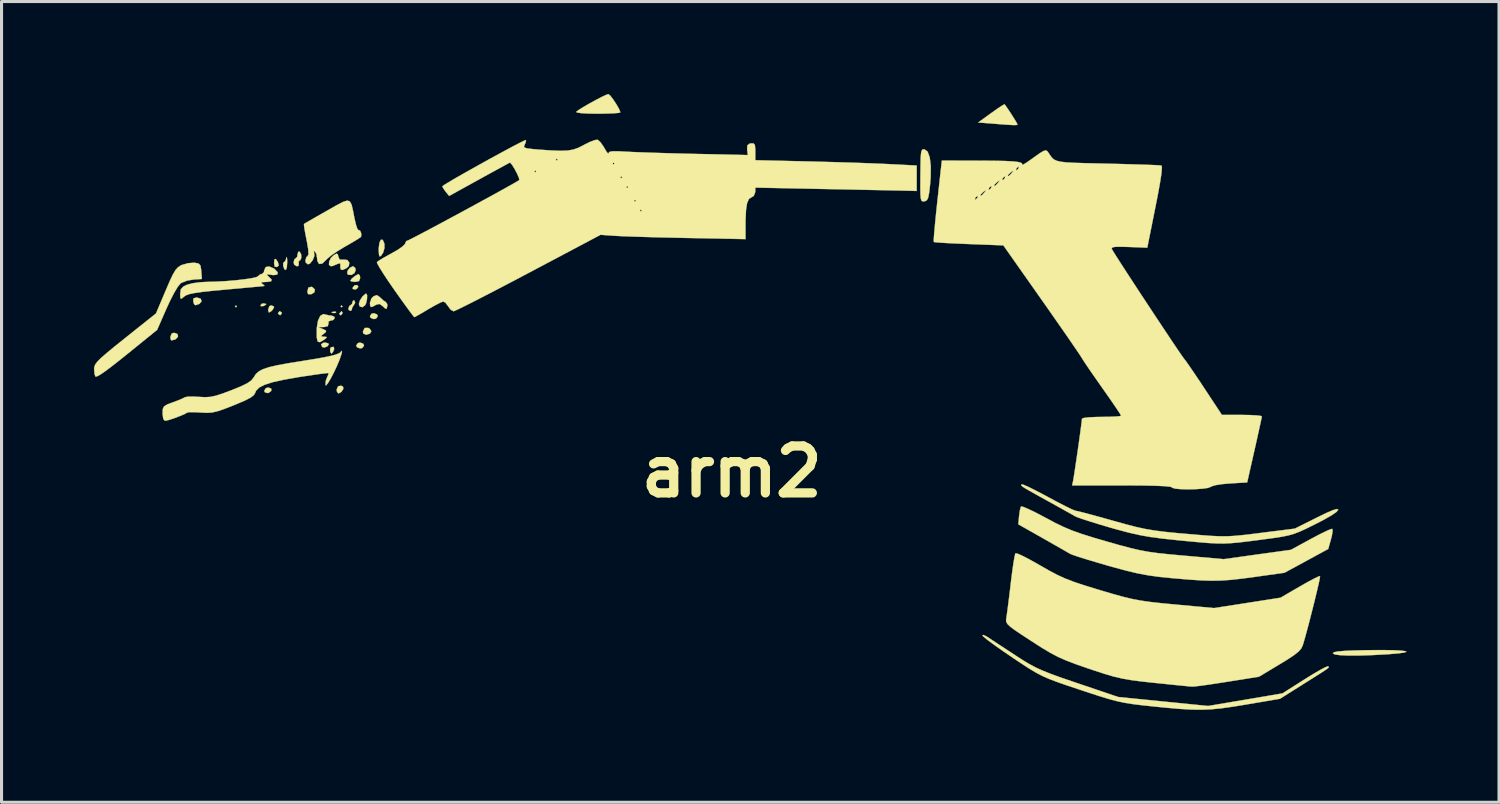
<source format=kicad_pcb>
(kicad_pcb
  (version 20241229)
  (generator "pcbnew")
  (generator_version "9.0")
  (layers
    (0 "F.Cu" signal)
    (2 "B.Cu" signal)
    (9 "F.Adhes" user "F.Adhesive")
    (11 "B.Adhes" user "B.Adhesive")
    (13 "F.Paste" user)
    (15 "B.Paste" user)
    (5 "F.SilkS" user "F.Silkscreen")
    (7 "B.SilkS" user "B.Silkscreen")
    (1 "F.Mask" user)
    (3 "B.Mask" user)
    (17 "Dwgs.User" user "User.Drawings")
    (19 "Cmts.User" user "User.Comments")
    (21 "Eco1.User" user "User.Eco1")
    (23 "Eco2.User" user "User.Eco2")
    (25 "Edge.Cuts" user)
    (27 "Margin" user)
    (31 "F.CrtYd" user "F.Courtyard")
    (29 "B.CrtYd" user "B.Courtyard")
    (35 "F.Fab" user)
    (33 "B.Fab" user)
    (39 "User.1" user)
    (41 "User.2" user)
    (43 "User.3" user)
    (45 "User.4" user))
  (footprint "arm2"
    (layer "F.Cu")
    (at 20.706 12.261)
    (property "Reference" "arm2" (at 0 0 0) (layer "F.SilkS") (effects (font (size 1.524 1.524) (thickness 0.3))))
    (attr through_hole)
    (fp_poly (pts (xy -16.066 -5.366) (xy -16.097 -5.334) (xy -16.129 -5.366) (xy -16.097 -5.397) (xy -16.066 -5.366)) (stroke (width 0.01) (type solid)) (fill yes) (layer "F.SilkS"))
    (fp_poly (pts (xy -12.636 -5.366) (xy -12.668 -5.334) (xy -12.7 -5.366) (xy -12.668 -5.397) (xy -12.636 -5.366)) (stroke (width 0.01) (type solid)) (fill yes) (layer "F.SilkS"))
    (fp_poly (pts (xy -12.844 -5.182) (xy -12.863 -5.153) (xy -12.928 -5.149) (xy -12.995 -5.164) (xy -12.966 -5.187) (xy -12.867 -5.194) (xy -12.844 -5.182)) (stroke (width 0.01) (type solid)) (fill yes) (layer "F.SilkS"))
    (fp_poly (pts (xy -14.735 -6.801) (xy -14.706 -6.695) (xy -14.765 -6.644) (xy -14.838 -6.653) (xy -14.859 -6.765) (xy -14.846 -6.896) (xy -14.803 -6.903) (xy -14.735 -6.801)) (stroke (width 0.01) (type solid)) (fill yes) (layer "F.SilkS"))
    (fp_poly (pts (xy -12.125 -6.001) (xy -12.174 -5.935) (xy -12.228 -5.915) (xy -12.306 -5.931) (xy -12.305 -5.979) (xy -12.242 -6.051) (xy -12.162 -6.057) (xy -12.125 -6.001)) (stroke (width 0.01) (type solid)) (fill yes) (layer "F.SilkS"))
    (fp_poly (pts (xy -15.124 -5.447) (xy -15.113 -5.436) (xy -15.163 -5.395) (xy -15.208 -5.375) (xy -15.29 -5.373) (xy -15.303 -5.399) (xy -15.252 -5.454) (xy -15.208 -5.461) (xy -15.124 -5.447)) (stroke (width 0.01) (type solid)) (fill yes) (layer "F.SilkS"))
    (fp_poly (pts (xy -14.951 -2.697) (xy -14.949 -2.626) (xy -15.03 -2.562) (xy -15.071 -2.551) (xy -15.161 -2.579) (xy -15.177 -2.631) (xy -15.123 -2.713) (xy -15.044 -2.731) (xy -14.951 -2.697)) (stroke (width 0.01) (type solid)) (fill yes) (layer "F.SilkS"))
    (fp_poly (pts (xy -14.607 -5.159) (xy -14.605 -5.144) (xy -14.653 -5.082) (xy -14.668 -5.08) (xy -14.73 -5.128) (xy -14.732 -5.144) (xy -14.684 -5.205) (xy -14.668 -5.207) (xy -14.607 -5.159)) (stroke (width 0.01) (type solid)) (fill yes) (layer "F.SilkS"))
    (fp_poly (pts (xy -13.615 -5.99) (xy -13.533 -5.913) (xy -13.552 -5.82) (xy -13.652 -5.76) (xy -13.755 -5.764) (xy -13.78 -5.837) (xy -13.747 -5.974) (xy -13.651 -6.001) (xy -13.615 -5.99)) (stroke (width 0.01) (type solid)) (fill yes) (layer "F.SilkS"))
    (fp_poly (pts (xy -13.105 -4.167) (xy -13.081 -4.134) (xy -13.132 -4.065) (xy -13.232 -4.03) (xy -13.297 -4.047) (xy -13.333 -4.135) (xy -13.259 -4.186) (xy -13.208 -4.191) (xy -13.105 -4.167)) (stroke (width 0.01) (type solid)) (fill yes) (layer "F.SilkS"))
    (fp_poly (pts (xy -12.908 -3.981) (xy -12.939 -3.903) (xy -12.991 -3.831) (xy -13.028 -3.873) (xy -13.037 -3.896) (xy -13.038 -4.003) (xy -13.011 -4.037) (xy -12.926 -4.053) (xy -12.908 -3.981)) (stroke (width 0.01) (type solid)) (fill yes) (layer "F.SilkS"))
    (fp_poly (pts (xy -12.637 -5.158) (xy -12.636 -5.144) (xy -12.685 -5.082) (xy -12.704 -5.08) (xy -12.742 -5.119) (xy -12.732 -5.144) (xy -12.675 -5.204) (xy -12.665 -5.207) (xy -12.637 -5.158)) (stroke (width 0.01) (type solid)) (fill yes) (layer "F.SilkS"))
    (fp_poly (pts (xy -11.962 -4.151) (xy -11.938 -4.096) (xy -11.991 -4.018) (xy -12.065 -4) (xy -12.168 -4.04) (xy -12.192 -4.096) (xy -12.139 -4.173) (xy -12.065 -4.191) (xy -11.962 -4.151)) (stroke (width 0.01) (type solid)) (fill yes) (layer "F.SilkS"))
    (fp_poly (pts (xy -11.517 -5.104) (xy -11.493 -5.048) (xy -11.546 -4.971) (xy -11.62 -4.953) (xy -11.724 -4.993) (xy -11.748 -5.048) (xy -11.695 -5.126) (xy -11.62 -5.144) (xy -11.517 -5.104)) (stroke (width 0.01) (type solid)) (fill yes) (layer "F.SilkS"))
    (fp_poly (pts (xy -17.994 -4.468) (xy -17.978 -4.381) (xy -18.054 -4.3) (xy -18.071 -4.293) (xy -18.184 -4.26) (xy -18.221 -4.301) (xy -18.224 -4.381) (xy -18.18 -4.488) (xy -18.098 -4.508) (xy -17.994 -4.468)) (stroke (width 0.01) (type solid)) (fill yes) (layer "F.SilkS"))
    (fp_poly (pts (xy -14.87 -5.367) (xy -14.859 -5.342) (xy -14.902 -5.259) (xy -14.954 -5.207) (xy -15.027 -5.166) (xy -15.049 -5.232) (xy -15.05 -5.263) (xy -15.012 -5.372) (xy -14.954 -5.397) (xy -14.87 -5.367)) (stroke (width 0.01) (type solid)) (fill yes) (layer "F.SilkS"))
    (fp_poly (pts (xy -12.616 -2.752) (xy -12.615 -2.679) (xy -12.677 -2.59) (xy -12.762 -2.541) (xy -12.771 -2.54) (xy -12.817 -2.593) (xy -12.827 -2.667) (xy -12.781 -2.772) (xy -12.68 -2.791) (xy -12.616 -2.752)) (stroke (width 0.01) (type solid)) (fill yes) (layer "F.SilkS"))
    (fp_poly (pts (xy -11.755 -4.642) (xy -11.702 -4.56) (xy -11.747 -4.482) (xy -11.867 -4.445) (xy -11.873 -4.445) (xy -11.966 -4.488) (xy -11.974 -4.553) (xy -11.917 -4.666) (xy -11.804 -4.667) (xy -11.755 -4.642)) (stroke (width 0.01) (type solid)) (fill yes) (layer "F.SilkS"))
    (fp_poly (pts (xy -17.241 -5.614) (xy -17.211 -5.531) (xy -17.282 -5.448) (xy -17.309 -5.436) (xy -17.414 -5.403) (xy -17.458 -5.443) (xy -17.481 -5.524) (xy -17.481 -5.621) (xy -17.389 -5.651) (xy -17.361 -5.652) (xy -17.241 -5.614)) (stroke (width 0.01) (type solid)) (fill yes) (layer "F.SilkS"))
    (fp_poly (pts (xy -12.228 -6.614) (xy -12.21 -6.547) (xy -12.249 -6.447) (xy -12.347 -6.386) (xy -12.449 -6.391) (xy -12.483 -6.422) (xy -12.478 -6.515) (xy -12.404 -6.614) (xy -12.303 -6.667) (xy -12.293 -6.668) (xy -12.228 -6.614)) (stroke (width 0.01) (type solid)) (fill yes) (layer "F.SilkS"))
    (fp_poly (pts (xy -12.074 -6.36) (xy -12.065 -6.287) (xy -12.102 -6.187) (xy -12.224 -6.16) (xy -12.343 -6.173) (xy -12.383 -6.2) (xy -12.336 -6.268) (xy -12.234 -6.351) (xy -12.134 -6.407) (xy -12.113 -6.411) (xy -12.074 -6.36)) (stroke (width 0.01) (type solid)) (fill yes) (layer "F.SilkS"))
    (fp_poly (pts (xy -14.435 -6.891) (xy -14.433 -6.81) (xy -14.444 -6.631) (xy -14.478 -6.547) (xy -14.523 -6.569) (xy -14.56 -6.668) (xy -14.565 -6.769) (xy -14.54 -6.795) (xy -14.489 -6.848) (xy -14.461 -6.937) (xy -14.446 -6.97) (xy -14.435 -6.891)) (stroke (width 0.01) (type solid)) (fill yes) (layer "F.SilkS"))
    (fp_poly (pts (xy -11.839 -5.727) (xy -11.842 -5.607) (xy -11.871 -5.474) (xy -11.9 -5.407) (xy -11.989 -5.339) (xy -12.076 -5.36) (xy -12.107 -5.441) (xy -12.071 -5.56) (xy -11.988 -5.687) (xy -11.896 -5.77) (xy -11.866 -5.779) (xy -11.839 -5.727)) (stroke (width 0.01) (type solid)) (fill yes) (layer "F.SilkS"))
    (fp_poly (pts (xy -11.332 -7.524) (xy -11.279 -7.405) (xy -11.278 -7.401) (xy -11.276 -7.259) (xy -11.32 -7.109) (xy -11.389 -7.005) (xy -11.433 -6.985) (xy -11.453 -7.041) (xy -11.463 -7.183) (xy -11.462 -7.251) (xy -11.439 -7.434) (xy -11.391 -7.529) (xy -11.332 -7.524)) (stroke (width 0.01) (type solid)) (fill yes) (layer "F.SilkS"))
    (fp_poly (pts (xy -12.252 -5.554) (xy -12.227 -5.48) (xy -12.268 -5.414) (xy -12.327 -5.317) (xy -12.33 -5.278) (xy -12.357 -5.228) (xy -12.378 -5.219) (xy -12.437 -5.249) (xy -12.446 -5.297) (xy -12.413 -5.385) (xy -12.383 -5.397) (xy -12.327 -5.449) (xy -12.319 -5.496) (xy -12.287 -5.561) (xy -12.252 -5.554)) (stroke (width 0.01) (type solid)) (fill yes) (layer "F.SilkS"))
    (fp_poly (pts (xy -13.983 -7.063) (xy -13.973 -6.95) (xy -14.005 -6.868) (xy -14.032 -6.858) (xy -14.066 -6.811) (xy -14.056 -6.763) (xy -14.067 -6.681) (xy -14.122 -6.668) (xy -14.207 -6.72) (xy -14.224 -6.795) (xy -14.197 -6.898) (xy -14.161 -6.921) (xy -14.109 -6.975) (xy -14.097 -7.052) (xy -14.073 -7.14) (xy -14.034 -7.144) (xy -13.983 -7.063)) (stroke (width 0.01) (type solid)) (fill yes) (layer "F.SilkS"))
    (fp_poly (pts (xy 8.948 -11.794) (xy 9.059 -11.627) (xy 9.164 -11.462) (xy 9.243 -11.332) (xy 9.271 -11.276) (xy 9.263 -11.26) (xy 9.224 -11.251) (xy 9.134 -11.251) (xy 8.973 -11.26) (xy 8.722 -11.278) (xy 8.46 -11.299) (xy 7.997 -11.335) (xy 8.419 -11.64) (xy 8.614 -11.778) (xy 8.765 -11.878) (xy 8.847 -11.925) (xy 8.855 -11.926) (xy 8.948 -11.794)) (stroke (width 0.01) (type solid)) (fill yes) (layer "F.SilkS"))
    (fp_poly (pts (xy -11.424 -5.664) (xy -11.415 -5.654) (xy -11.306 -5.553) (xy -11.239 -5.514) (xy -11.185 -5.44) (xy -11.185 -5.368) (xy -11.208 -5.287) (xy -11.254 -5.298) (xy -11.325 -5.366) (xy -11.434 -5.444) (xy -11.538 -5.423) (xy -11.563 -5.409) (xy -11.686 -5.344) (xy -11.737 -5.367) (xy -11.748 -5.477) (xy -11.699 -5.624) (xy -11.63 -5.694) (xy -11.52 -5.731) (xy -11.424 -5.664)) (stroke (width 0.01) (type solid)) (fill yes) (layer "F.SilkS"))
    (fp_poly (pts (xy -3.946 -12.206) (xy -3.852 -12.084) (xy -3.749 -11.928) (xy -3.663 -11.778) (xy -3.621 -11.674) (xy -3.619 -11.663) (xy -3.679 -11.646) (xy -3.84 -11.633) (xy -4.078 -11.624) (xy -4.353 -11.62) (xy -4.655 -11.625) (xy -4.884 -11.638) (xy -5.022 -11.658) (xy -5.052 -11.678) (xy -4.98 -11.736) (xy -4.828 -11.832) (xy -4.628 -11.948) (xy -4.412 -12.066) (xy -4.214 -12.169) (xy -4.066 -12.237) (xy -4.006 -12.255) (xy -3.946 -12.206)) (stroke (width 0.01) (type solid)) (fill yes) (layer "F.SilkS"))
    (fp_poly (pts (xy 21.478 5.796) (xy 21.719 5.809) (xy 21.861 5.826) (xy 21.899 5.848) (xy 21.827 5.872) (xy 21.64 5.898) (xy 21.332 5.924) (xy 21.288 5.927) (xy 20.801 5.954) (xy 20.372 5.968) (xy 20.016 5.969) (xy 19.744 5.957) (xy 19.571 5.932) (xy 19.509 5.895) (xy 19.51 5.89) (xy 19.557 5.859) (xy 19.68 5.835) (xy 19.894 5.817) (xy 20.208 5.804) (xy 20.636 5.794) (xy 20.722 5.793) (xy 21.144 5.791) (xy 21.478 5.796)) (stroke (width 0.01) (type solid)) (fill yes) (layer "F.SilkS"))
    (fp_poly (pts (xy -12.791 -7.057) (xy -12.774 -6.981) (xy -12.731 -6.884) (xy -12.623 -6.88) (xy -12.607 -6.884) (xy -12.481 -6.871) (xy -12.417 -6.786) (xy -12.433 -6.677) (xy -12.511 -6.603) (xy -12.639 -6.547) (xy -12.695 -6.567) (xy -12.708 -6.62) (xy -12.709 -6.733) (xy -12.707 -6.75) (xy -12.746 -6.764) (xy -12.822 -6.734) (xy -12.951 -6.68) (xy -13.013 -6.668) (xy -13.076 -6.712) (xy -13.073 -6.816) (xy -13.015 -6.937) (xy -12.938 -7.015) (xy -12.834 -7.079) (xy -12.791 -7.057)) (stroke (width 0.01) (type solid)) (fill yes) (layer "F.SilkS"))
    (fp_poly (pts (xy 6.254 -10.464) (xy 6.356 -10.388) (xy 6.424 -10.202) (xy 6.458 -9.921) (xy 6.455 -9.558) (xy 6.436 -9.32) (xy 6.406 -9.06) (xy 6.375 -8.9) (xy 6.335 -8.816) (xy 6.276 -8.781) (xy 6.248 -8.776) (xy 6.195 -8.773) (xy 6.158 -8.795) (xy 6.135 -8.863) (xy 6.123 -8.994) (xy 6.119 -9.209) (xy 6.12 -9.527) (xy 6.121 -9.619) (xy 6.125 -9.964) (xy 6.131 -10.202) (xy 6.144 -10.352) (xy 6.166 -10.432) (xy 6.2 -10.463) (xy 6.249 -10.464) (xy 6.254 -10.464)) (stroke (width 0.01) (type solid)) (fill yes) (layer "F.SilkS"))
    (fp_poly (pts (xy -13.212 -5.105) (xy -13.059 -5.07) (xy -13.002 -5.068) (xy -12.908 -5.032) (xy -12.89 -4.988) (xy -12.942 -4.921) (xy -13.002 -4.912) (xy -13.088 -4.879) (xy -13.094 -4.81) (xy -13.114 -4.726) (xy -13.229 -4.696) (xy -13.253 -4.695) (xy -13.43 -4.691) (xy -13.277 -4.63) (xy -13.172 -4.58) (xy -13.178 -4.533) (xy -13.246 -4.477) (xy -13.329 -4.408) (xy -13.308 -4.385) (xy -13.24 -4.381) (xy -13.152 -4.373) (xy -13.167 -4.338) (xy -13.236 -4.284) (xy -13.371 -4.203) (xy -13.444 -4.224) (xy -13.473 -4.356) (xy -13.474 -4.366) (xy -13.473 -4.663) (xy -13.433 -4.9) (xy -13.36 -5.057) (xy -13.261 -5.116) (xy -13.212 -5.105)) (stroke (width 0.01) (type solid)) (fill yes) (layer "F.SilkS"))
    (fp_poly (pts (xy -17.44 -6.782) (xy -17.31 -6.757) (xy -17.249 -6.691) (xy -17.224 -6.543) (xy -17.222 -6.509) (xy -17.203 -6.255) (xy -17.476 -6.237) (xy -17.685 -6.201) (xy -17.864 -6.131) (xy -17.896 -6.11) (xy -17.981 -6.008) (xy -18.099 -5.813) (xy -18.233 -5.553) (xy -18.349 -5.302) (xy -18.655 -4.604) (xy -19.377 -4.019) (xy -19.775 -3.698) (xy -20.086 -3.452) (xy -20.32 -3.275) (xy -20.486 -3.16) (xy -20.593 -3.099) (xy -20.65 -3.087) (xy -20.661 -3.092) (xy -20.689 -3.179) (xy -20.701 -3.33) (xy -20.701 -3.333) (xy -20.693 -3.407) (xy -20.662 -3.483) (xy -20.595 -3.573) (xy -20.479 -3.689) (xy -20.3 -3.845) (xy -20.048 -4.053) (xy -19.708 -4.325) (xy -19.697 -4.335) (xy -18.692 -5.136) (xy -18.379 -5.877) (xy -18.244 -6.19) (xy -18.141 -6.407) (xy -18.056 -6.549) (xy -17.976 -6.637) (xy -17.888 -6.694) (xy -17.853 -6.71) (xy -17.647 -6.768) (xy -17.445 -6.783) (xy -17.44 -6.782)) (stroke (width 0.01) (type solid)) (fill yes) (layer "F.SilkS"))
    (fp_poly (pts (xy -12.398 -8.771) (xy -12.342 -8.665) (xy -12.298 -8.476) (xy -12.253 -8.242) (xy -12.206 -8.035) (xy -12.16 -7.892) (xy -12.125 -7.844) (xy -12.124 -7.845) (xy -12.069 -7.826) (xy -12.031 -7.74) (xy -12.03 -7.645) (xy -12.047 -7.614) (xy -12.122 -7.563) (xy -12.279 -7.467) (xy -12.489 -7.345) (xy -12.571 -7.298) (xy -12.805 -7.156) (xy -13.007 -7.017) (xy -13.142 -6.904) (xy -13.163 -6.881) (xy -13.296 -6.755) (xy -13.398 -6.742) (xy -13.455 -6.839) (xy -13.462 -6.918) (xy -13.485 -7.067) (xy -13.535 -7.15) (xy -13.578 -7.158) (xy -13.56 -7.116) (xy -13.551 -7.003) (xy -13.605 -6.865) (xy -13.694 -6.757) (xy -13.758 -6.731) (xy -13.828 -6.784) (xy -13.843 -6.853) (xy -13.811 -6.965) (xy -13.772 -6.998) (xy -13.742 -7.056) (xy -13.749 -7.205) (xy -13.792 -7.461) (xy -13.804 -7.521) (xy -13.85 -7.756) (xy -13.881 -7.936) (xy -13.89 -8.032) (xy -13.889 -8.04) (xy -13.829 -8.077) (xy -13.68 -8.163) (xy -13.463 -8.288) (xy -13.199 -8.438) (xy -13.142 -8.47) (xy -12.837 -8.644) (xy -12.625 -8.755) (xy -12.485 -8.8) (xy -12.398 -8.771)) (stroke (width 0.01) (type solid)) (fill yes) (layer "F.SilkS"))
    (fp_poly (pts (xy -14.866 -6.596) (xy -14.843 -6.579) (xy -14.74 -6.469) (xy -14.755 -6.398) (xy -14.879 -6.38) (xy -14.938 -6.388) (xy -15.07 -6.406) (xy -15.094 -6.388) (xy -15.034 -6.332) (xy -14.937 -6.233) (xy -14.955 -6.179) (xy -15.09 -6.159) (xy -15.129 -6.159) (xy -15.257 -6.15) (xy -15.271 -6.12) (xy -15.24 -6.096) (xy -15.175 -6.042) (xy -15.177 -6.028) (xy -15.247 -6.02) (xy -15.423 -6.003) (xy -15.687 -5.979) (xy -16.017 -5.948) (xy -16.394 -5.915) (xy -16.428 -5.911) (xy -16.871 -5.87) (xy -17.203 -5.834) (xy -17.443 -5.799) (xy -17.608 -5.765) (xy -17.715 -5.726) (xy -17.778 -5.685) (xy -17.867 -5.613) (xy -17.901 -5.631) (xy -17.907 -5.759) (xy -17.907 -5.772) (xy -17.887 -5.919) (xy -17.804 -6.01) (xy -17.687 -6.067) (xy -17.506 -6.116) (xy -17.257 -6.15) (xy -17.036 -6.161) (xy -16.72 -6.169) (xy -16.389 -6.188) (xy -16.068 -6.216) (xy -15.782 -6.25) (xy -15.555 -6.286) (xy -15.414 -6.323) (xy -15.379 -6.346) (xy -15.305 -6.408) (xy -15.266 -6.413) (xy -15.194 -6.466) (xy -15.177 -6.54) (xy -15.132 -6.642) (xy -15.018 -6.661) (xy -14.866 -6.596)) (stroke (width 0.01) (type solid)) (fill yes) (layer "F.SilkS"))
    (fp_poly (pts (xy 9.457 1.142) (xy 9.614 1.207) (xy 9.839 1.315) (xy 10.109 1.456) (xy 10.193 1.501) (xy 10.494 1.661) (xy 10.766 1.793) (xy 11.041 1.908) (xy 11.348 2.018) (xy 11.718 2.135) (xy 12.16 2.264) (xy 12.589 2.386) (xy 12.936 2.478) (xy 13.236 2.548) (xy 13.523 2.601) (xy 13.833 2.644) (xy 14.2 2.683) (xy 14.659 2.725) (xy 14.666 2.725) (xy 15.965 2.84) (xy 17.057 2.688) (xy 18.149 2.537) (xy 18.795 2.185) (xy 19.053 2.048) (xy 19.272 1.94) (xy 19.426 1.872) (xy 19.49 1.854) (xy 19.502 1.92) (xy 19.48 2.069) (xy 19.449 2.191) (xy 19.36 2.509) (xy 18.649 2.895) (xy 17.939 3.281) (xy 16.954 3.419) (xy 16.541 3.474) (xy 16.195 3.512) (xy 15.885 3.534) (xy 15.58 3.54) (xy 15.25 3.53) (xy 14.862 3.505) (xy 14.387 3.465) (xy 14.263 3.454) (xy 13.861 3.413) (xy 13.51 3.364) (xy 13.169 3.3) (xy 12.801 3.213) (xy 12.364 3.095) (xy 12.199 3.048) (xy 11.836 2.942) (xy 11.512 2.845) (xy 11.247 2.762) (xy 11.064 2.7) (xy 10.986 2.668) (xy 10.898 2.617) (xy 10.722 2.516) (xy 10.482 2.379) (xy 10.199 2.218) (xy 10.095 2.159) (xy 9.3 1.709) (xy 9.324 1.442) (xy 9.348 1.266) (xy 9.379 1.147) (xy 9.389 1.129) (xy 9.457 1.142)) (stroke (width 0.01) (type solid)) (fill yes) (layer "F.SilkS"))
    (fp_poly (pts (xy 8.262 5.344) (xy 8.293 5.364) (xy 8.415 5.444) (xy 8.617 5.577) (xy 8.871 5.744) (xy 9.152 5.928) (xy 9.19 5.953) (xy 9.438 6.114) (xy 9.655 6.244) (xy 9.864 6.356) (xy 10.091 6.459) (xy 10.36 6.566) (xy 10.696 6.688) (xy 11.123 6.834) (xy 11.222 6.868) (xy 12.541 7.314) (xy 14.001 7.46) (xy 15.461 7.606) (xy 16.668 7.402) (xy 17.875 7.197) (xy 18.597 6.739) (xy 18.864 6.573) (xy 19.093 6.44) (xy 19.261 6.351) (xy 19.35 6.317) (xy 19.357 6.319) (xy 19.374 6.334) (xy 19.377 6.35) (xy 19.351 6.378) (xy 19.284 6.428) (xy 19.159 6.511) (xy 18.962 6.636) (xy 18.679 6.814) (xy 18.529 6.909) (xy 17.793 7.372) (xy 16.691 7.559) (xy 16.255 7.63) (xy 15.889 7.682) (xy 15.564 7.714) (xy 15.251 7.727) (xy 14.922 7.723) (xy 14.547 7.701) (xy 14.097 7.662) (xy 13.676 7.62) (xy 13.301 7.58) (xy 12.997 7.542) (xy 12.735 7.499) (xy 12.483 7.445) (xy 12.213 7.372) (xy 11.894 7.274) (xy 11.496 7.144) (xy 11.315 7.084) (xy 10.889 6.942) (xy 10.558 6.826) (xy 10.294 6.726) (xy 10.071 6.627) (xy 9.862 6.517) (xy 9.641 6.384) (xy 9.381 6.215) (xy 9.101 6.027) (xy 8.796 5.819) (xy 8.529 5.631) (xy 8.318 5.476) (xy 8.181 5.367) (xy 8.134 5.319) (xy 8.161 5.299) (xy 8.262 5.344)) (stroke (width 0.01) (type solid)) (fill yes) (layer "F.SilkS"))
    (fp_poly (pts (xy -12.656 -3.879) (xy -12.674 -3.81) (xy -12.734 -3.634) (xy -12.821 -3.427) (xy -12.921 -3.214) (xy -13.022 -3.021) (xy -13.11 -2.875) (xy -13.17 -2.801) (xy -13.19 -2.807) (xy -13.182 -2.946) (xy -13.143 -3.05) (xy -13.095 -3.159) (xy -13.092 -3.202) (xy -13.158 -3.198) (xy -13.328 -3.178) (xy -13.578 -3.143) (xy -13.885 -3.097) (xy -14.028 -3.075) (xy -14.518 -2.99) (xy -14.893 -2.908) (xy -15.164 -2.822) (xy -15.344 -2.73) (xy -15.444 -2.627) (xy -15.469 -2.566) (xy -15.512 -2.49) (xy -15.613 -2.41) (xy -15.791 -2.316) (xy -16.066 -2.198) (xy -16.17 -2.155) (xy -16.472 -2.037) (xy -16.693 -1.962) (xy -16.868 -1.922) (xy -17.031 -1.91) (xy -17.217 -1.919) (xy -17.241 -1.921) (xy -17.456 -1.932) (xy -17.617 -1.93) (xy -17.685 -1.916) (xy -17.77 -1.867) (xy -17.931 -1.8) (xy -18.12 -1.729) (xy -18.291 -1.674) (xy -18.398 -1.651) (xy -18.399 -1.651) (xy -18.456 -1.71) (xy -18.478 -1.873) (xy -18.479 -1.892) (xy -18.472 -2.033) (xy -18.431 -2.119) (xy -18.328 -2.182) (xy -18.145 -2.251) (xy -17.951 -2.323) (xy -17.807 -2.386) (xy -17.759 -2.414) (xy -17.673 -2.434) (xy -17.499 -2.438) (xy -17.297 -2.428) (xy -17.098 -2.418) (xy -16.926 -2.428) (xy -16.745 -2.467) (xy -16.517 -2.541) (xy -16.249 -2.642) (xy -15.94 -2.767) (xy -15.732 -2.869) (xy -15.601 -2.96) (xy -15.525 -3.052) (xy -15.519 -3.063) (xy -15.45 -3.169) (xy -15.354 -3.255) (xy -15.215 -3.329) (xy -15.016 -3.394) (xy -14.739 -3.458) (xy -14.368 -3.525) (xy -13.935 -3.594) (xy -13.465 -3.67) (xy -13.115 -3.736) (xy -12.876 -3.794) (xy -12.742 -3.846) (xy -12.713 -3.869) (xy -12.658 -3.925) (xy -12.656 -3.879)) (stroke (width 0.01) (type solid)) (fill yes) (layer "F.SilkS"))
    (fp_poly (pts (xy 9.475 0.427) (xy 9.63 0.496) (xy 9.855 0.608) (xy 10.13 0.751) (xy 10.263 0.823) (xy 10.558 0.981) (xy 10.816 1.114) (xy 11.017 1.213) (xy 11.138 1.264) (xy 11.159 1.269) (xy 11.243 1.286) (xy 11.428 1.333) (xy 11.693 1.403) (xy 12.018 1.492) (xy 12.366 1.59) (xy 12.779 1.705) (xy 13.118 1.793) (xy 13.419 1.859) (xy 13.716 1.909) (xy 14.047 1.952) (xy 14.444 1.992) (xy 14.764 2.02) (xy 15.198 2.057) (xy 15.537 2.083) (xy 15.811 2.096) (xy 16.051 2.098) (xy 16.289 2.086) (xy 16.555 2.062) (xy 16.88 2.024) (xy 17.154 1.99) (xy 18.275 1.849) (xy 18.98 1.496) (xy 19.295 1.342) (xy 19.51 1.25) (xy 19.636 1.213) (xy 19.684 1.229) (xy 19.685 1.237) (xy 19.629 1.306) (xy 19.469 1.416) (xy 19.218 1.56) (xy 18.939 1.704) (xy 18.661 1.841) (xy 18.442 1.943) (xy 18.251 2.016) (xy 18.058 2.071) (xy 17.831 2.116) (xy 17.54 2.16) (xy 17.154 2.211) (xy 17.143 2.213) (xy 16.763 2.262) (xy 16.459 2.298) (xy 16.202 2.321) (xy 15.968 2.332) (xy 15.728 2.329) (xy 15.457 2.315) (xy 15.127 2.287) (xy 14.711 2.248) (xy 14.446 2.222) (xy 13.97 2.171) (xy 13.578 2.119) (xy 13.227 2.056) (xy 12.874 1.976) (xy 12.477 1.87) (xy 12.287 1.816) (xy 11.938 1.713) (xy 11.625 1.616) (xy 11.371 1.534) (xy 11.201 1.473) (xy 11.144 1.447) (xy 11.044 1.39) (xy 10.857 1.285) (xy 10.607 1.146) (xy 10.318 0.985) (xy 10.223 0.933) (xy 9.898 0.753) (xy 9.668 0.624) (xy 9.518 0.537) (xy 9.433 0.482) (xy 9.397 0.449) (xy 9.395 0.428) (xy 9.411 0.411) (xy 9.475 0.427)) (stroke (width 0.01) (type solid)) (fill yes) (layer "F.SilkS"))
    (fp_poly (pts (xy 9.274 2.661) (xy 9.429 2.729) (xy 9.651 2.843) (xy 9.918 2.992) (xy 10.013 3.047) (xy 10.307 3.215) (xy 10.562 3.35) (xy 10.811 3.464) (xy 11.082 3.569) (xy 11.407 3.679) (xy 11.816 3.805) (xy 11.945 3.844) (xy 12.363 3.968) (xy 12.702 4.061) (xy 12.995 4.132) (xy 13.277 4.185) (xy 13.584 4.229) (xy 13.949 4.27) (xy 14.383 4.311) (xy 15.653 4.428) (xy 16.732 4.26) (xy 17.812 4.091) (xy 18.439 3.726) (xy 18.69 3.584) (xy 18.898 3.473) (xy 19.04 3.404) (xy 19.095 3.389) (xy 19.087 3.455) (xy 19.053 3.62) (xy 18.997 3.861) (xy 18.926 4.156) (xy 18.845 4.48) (xy 18.761 4.811) (xy 18.678 5.125) (xy 18.603 5.4) (xy 18.541 5.611) (xy 18.534 5.634) (xy 18.487 5.735) (xy 18.402 5.835) (xy 18.257 5.951) (xy 18.035 6.098) (xy 17.791 6.247) (xy 17.113 6.655) (xy 16.083 6.82) (xy 15.729 6.875) (xy 15.414 6.922) (xy 15.16 6.956) (xy 14.992 6.975) (xy 14.94 6.977) (xy 14.842 6.969) (xy 14.641 6.949) (xy 14.359 6.921) (xy 14.02 6.886) (xy 13.716 6.855) (xy 13.291 6.809) (xy 12.955 6.765) (xy 12.67 6.715) (xy 12.398 6.651) (xy 12.103 6.565) (xy 11.745 6.448) (xy 11.589 6.396) (xy 11.185 6.256) (xy 10.867 6.135) (xy 10.598 6.017) (xy 10.341 5.882) (xy 10.06 5.714) (xy 9.725 5.499) (xy 9.408 5.292) (xy 9.182 5.14) (xy 9.034 5.029) (xy 8.948 4.946) (xy 8.909 4.878) (xy 8.903 4.809) (xy 8.912 4.744) (xy 8.932 4.608) (xy 8.963 4.375) (xy 9.001 4.074) (xy 9.042 3.735) (xy 9.055 3.619) (xy 9.096 3.29) (xy 9.136 3.005) (xy 9.172 2.79) (xy 9.199 2.667) (xy 9.206 2.649) (xy 9.274 2.661)) (stroke (width 0.01) (type solid)) (fill yes) (layer "F.SilkS"))
    (fp_poly (pts (xy -4.267 -10.698) (xy -4.165 -10.553) (xy -4.133 -10.497) (xy -4.057 -10.37) (xy -4.01 -10.325) (xy -4.003 -10.339) (xy -3.975 -10.38) (xy -3.878 -10.4) (xy -3.694 -10.401) (xy -3.445 -10.388) (xy -3.227 -10.377) (xy -2.907 -10.365) (xy -2.509 -10.351) (xy -2.056 -10.337) (xy -1.574 -10.324) (xy -1.185 -10.315) (xy 0.518 -10.277) (xy 0.497 -10.456) (xy 0.502 -10.591) (xy 0.575 -10.648) (xy 0.619 -10.657) (xy 0.707 -10.656) (xy 0.749 -10.602) (xy 0.762 -10.462) (xy 0.762 -10.394) (xy 0.762 -10.111) (xy 2.461 -10.071) (xy 2.976 -10.058) (xy 3.507 -10.043) (xy 4.022 -10.027) (xy 4.491 -10.01) (xy 4.884 -9.994) (xy 5.08 -9.985) (xy 6.001 -9.938) (xy 6.001 -9.112) (xy 5.81 -9.118) (xy 5.705 -9.12) (xy 5.488 -9.125) (xy 5.175 -9.132) (xy 4.78 -9.14) (xy 4.319 -9.149) (xy 3.808 -9.16) (xy 3.26 -9.171) (xy 3.191 -9.172) (xy 0.762 -9.221) (xy 0.762 -9.081) (xy 0.712 -8.951) (xy 0.642 -8.91) (xy 0.555 -8.852) (xy 0.496 -8.721) (xy 0.461 -8.5) (xy 0.446 -8.175) (xy 0.445 -8.021) (xy 0.445 -7.549) (xy -1.445 -7.586) (xy -1.949 -7.597) (xy -2.434 -7.608) (xy -2.881 -7.621) (xy -3.268 -7.633) (xy -3.573 -7.645) (xy -3.776 -7.655) (xy -3.798 -7.656) (xy -4.262 -7.689) (xy -6.605 -6.448) (xy -7.109 -6.182) (xy -7.58 -5.936) (xy -8.006 -5.715) (xy -8.374 -5.526) (xy -8.673 -5.376) (xy -8.89 -5.269) (xy -9.013 -5.214) (xy -9.035 -5.207) (xy -9.126 -5.258) (xy -9.207 -5.366) (xy -9.293 -5.482) (xy -9.365 -5.524) (xy -9.451 -5.494) (xy -9.613 -5.411) (xy -9.818 -5.295) (xy -9.859 -5.271) (xy -10.061 -5.15) (xy -10.218 -5.061) (xy -10.301 -5.018) (xy -10.306 -5.016) (xy -10.35 -5.066) (xy -10.453 -5.202) (xy -10.604 -5.408) (xy -10.79 -5.667) (xy -10.943 -5.883) (xy -11.144 -6.173) (xy -11.313 -6.429) (xy -11.439 -6.631) (xy -11.51 -6.761) (xy -11.521 -6.801) (xy -11.453 -6.854) (xy -11.301 -6.946) (xy -11.096 -7.06) (xy -11.047 -7.086) (xy -10.838 -7.206) (xy -10.683 -7.315) (xy -10.607 -7.394) (xy -10.604 -7.406) (xy -10.569 -7.485) (xy -10.544 -7.493) (xy -10.478 -7.522) (xy -10.316 -7.604) (xy -10.077 -7.729) (xy -9.774 -7.889) (xy -9.426 -8.075) (xy -9.048 -8.279) (xy -8.68 -8.477) (xy -2.985 -8.477) (xy -2.953 -8.445) (xy -2.921 -8.477) (xy -2.953 -8.509) (xy -2.985 -8.477) (xy -8.68 -8.477) (xy -8.656 -8.49) (xy -8.267 -8.702) (xy -8.096 -8.795) (xy -3.175 -8.795) (xy -3.143 -8.763) (xy -3.111 -8.795) (xy -3.143 -8.826) (xy -3.175 -8.795) (xy -8.096 -8.795) (xy -7.896 -8.904) (xy -7.562 -9.088) (xy -7.289 -9.239) (xy -3.429 -9.239) (xy -3.397 -9.207) (xy -3.365 -9.239) (xy -3.397 -9.271) (xy -3.429 -9.239) (xy -7.289 -9.239) (xy -7.278 -9.245) (xy -7.063 -9.367) (xy -6.931 -9.444) (xy -6.9 -9.465) (xy -6.908 -9.531) (xy -6.919 -9.557) (xy -3.619 -9.557) (xy -3.588 -9.525) (xy -3.556 -9.557) (xy -3.588 -9.588) (xy -3.619 -9.557) (xy -6.919 -9.557) (xy -6.964 -9.662) (xy -7.009 -9.747) (xy -6.413 -9.747) (xy -6.382 -9.716) (xy -6.35 -9.747) (xy -6.382 -9.779) (xy -6.413 -9.747) (xy -7.009 -9.747) (xy -7.044 -9.816) (xy -7.128 -9.952) (xy -7.169 -10.001) (xy -3.873 -10.001) (xy -3.842 -9.97) (xy -3.81 -10.001) (xy -3.842 -10.033) (xy -3.873 -10.001) (xy -7.169 -10.001) (xy -7.192 -10.028) (xy -7.204 -10.033) (xy -7.26 -10.004) (xy -7.41 -9.923) (xy -7.635 -9.8) (xy -7.917 -9.646) (xy -8.196 -9.492) (xy -9.176 -8.951) (xy -9.287 -9.086) (xy -9.368 -9.199) (xy -9.397 -9.262) (xy -9.344 -9.303) (xy -9.198 -9.393) (xy -8.978 -9.523) (xy -8.701 -9.681) (xy -8.386 -9.858) (xy -8.053 -10.044) (xy -7.9 -10.128) (xy -5.715 -10.128) (xy -5.683 -10.097) (xy -5.652 -10.128) (xy -5.683 -10.16) (xy -5.715 -10.128) (xy -7.9 -10.128) (xy -7.718 -10.228) (xy -7.402 -10.4) (xy -7.121 -10.551) (xy -6.895 -10.668) (xy -6.742 -10.744) (xy -6.681 -10.766) (xy -6.681 -10.766) (xy -6.688 -10.699) (xy -6.723 -10.619) (xy -6.747 -10.558) (xy -6.725 -10.518) (xy -6.635 -10.492) (xy -6.455 -10.471) (xy -6.268 -10.455) (xy -5.865 -10.427) (xy -5.562 -10.416) (xy -5.333 -10.424) (xy -5.15 -10.455) (xy -4.988 -10.511) (xy -4.821 -10.595) (xy -4.793 -10.611) (xy -4.596 -10.709) (xy -4.434 -10.767) (xy -4.352 -10.773) (xy -4.267 -10.698)) (stroke (width 0.01) (type solid)) (fill yes) (layer "F.SilkS"))
    (fp_poly (pts (xy 10.246 -10.399) (xy 10.268 -10.369) (xy 10.334 -10.27) (xy 10.391 -10.193) (xy 10.457 -10.134) (xy 10.547 -10.092) (xy 10.676 -10.061) (xy 10.86 -10.04) (xy 11.116 -10.026) (xy 11.458 -10.015) (xy 11.903 -10.005) (xy 12.192 -9.998) (xy 12.644 -9.987) (xy 13.055 -9.975) (xy 13.409 -9.964) (xy 13.687 -9.954) (xy 13.872 -9.945) (xy 13.946 -9.938) (xy 13.961 -9.873) (xy 13.948 -9.697) (xy 13.904 -9.405) (xy 13.83 -8.995) (xy 13.751 -8.594) (xy 13.486 -7.271) (xy 12.893 -7.294) (xy 12.611 -7.301) (xy 12.436 -7.297) (xy 12.349 -7.277) (xy 12.33 -7.241) (xy 12.333 -7.23) (xy 12.377 -7.155) (xy 12.48 -6.99) (xy 12.634 -6.75) (xy 12.827 -6.452) (xy 13.05 -6.11) (xy 13.292 -5.74) (xy 13.544 -5.358) (xy 13.794 -4.98) (xy 14.033 -4.62) (xy 14.25 -4.294) (xy 14.435 -4.019) (xy 14.578 -3.809) (xy 14.668 -3.681) (xy 14.693 -3.649) (xy 14.751 -3.574) (xy 14.864 -3.412) (xy 15.02 -3.183) (xy 15.206 -2.907) (xy 15.335 -2.711) (xy 15.907 -1.844) (xy 16.558 -1.843) (xy 16.827 -1.838) (xy 17.042 -1.826) (xy 17.175 -1.809) (xy 17.205 -1.794) (xy 17.191 -1.719) (xy 17.153 -1.542) (xy 17.096 -1.283) (xy 17.026 -0.965) (xy 16.966 -0.699) (xy 16.729 0.349) (xy 16.178 0.381) (xy 15.905 0.405) (xy 15.69 0.44) (xy 15.562 0.481) (xy 15.548 0.492) (xy 15.456 0.527) (xy 15.281 0.552) (xy 15.055 0.568) (xy 14.812 0.573) (xy 14.583 0.568) (xy 14.401 0.552) (xy 14.299 0.524) (xy 14.287 0.508) (xy 14.225 0.487) (xy 14.041 0.47) (xy 13.74 0.457) (xy 13.328 0.448) (xy 12.811 0.445) (xy 12.667 0.445) (xy 11.047 0.445) (xy 11.078 0.302) (xy 11.097 0.191) (xy 11.129 -0.012) (xy 11.169 -0.28) (xy 11.214 -0.585) (xy 11.259 -0.901) (xy 11.301 -1.2) (xy 11.335 -1.455) (xy 11.358 -1.637) (xy 11.367 -1.72) (xy 11.426 -1.744) (xy 11.585 -1.764) (xy 11.817 -1.775) (xy 12.002 -1.778) (xy 12.268 -1.782) (xy 12.48 -1.791) (xy 12.609 -1.805) (xy 12.636 -1.817) (xy 12.602 -1.879) (xy 12.505 -2.026) (xy 12.359 -2.241) (xy 12.176 -2.504) (xy 12.038 -2.7) (xy 11.83 -2.997) (xy 11.641 -3.268) (xy 11.489 -3.492) (xy 11.387 -3.648) (xy 11.356 -3.699) (xy 11.3 -3.787) (xy 11.18 -3.965) (xy 11.005 -4.22) (xy 10.785 -4.539) (xy 10.528 -4.907) (xy 10.245 -5.313) (xy 10.043 -5.6) (xy 8.814 -7.346) (xy 7.698 -7.389) (xy 7.335 -7.404) (xy 7.019 -7.419) (xy 6.769 -7.434) (xy 6.608 -7.448) (xy 6.556 -7.457) (xy 6.554 -7.525) (xy 6.566 -7.7) (xy 6.589 -7.963) (xy 6.621 -8.296) (xy 6.661 -8.678) (xy 6.673 -8.79) (xy 6.678 -8.831) (xy 7.89 -8.831) (xy 7.898 -8.826) (xy 7.956 -8.871) (xy 7.969 -8.89) (xy 7.985 -8.949) (xy 7.977 -8.954) (xy 7.919 -8.909) (xy 7.906 -8.89) (xy 7.89 -8.831) (xy 6.678 -8.831) (xy 6.696 -8.996) (xy 8.077 -8.996) (xy 8.077 -8.955) (xy 8.088 -8.954) (xy 8.141 -8.997) (xy 8.2 -9.065) (xy 8.255 -9.14) (xy 8.222 -9.124) (xy 8.176 -9.089) (xy 8.077 -8.996) (xy 6.696 -8.996) (xy 6.712 -9.148) (xy 8.334 -9.148) (xy 8.343 -9.144) (xy 8.401 -9.189) (xy 8.414 -9.207) (xy 8.43 -9.267) (xy 8.421 -9.271) (xy 8.363 -9.226) (xy 8.35 -9.207) (xy 8.334 -9.148) (xy 6.712 -9.148) (xy 6.731 -9.313) (xy 8.521 -9.313) (xy 8.522 -9.272) (xy 8.533 -9.271) (xy 8.586 -9.314) (xy 8.644 -9.382) (xy 8.699 -9.457) (xy 8.666 -9.442) (xy 8.62 -9.406) (xy 8.521 -9.313) (xy 6.731 -9.313) (xy 6.747 -9.466) (xy 8.779 -9.466) (xy 8.787 -9.461) (xy 8.845 -9.506) (xy 8.858 -9.525) (xy 8.874 -9.584) (xy 8.866 -9.588) (xy 8.808 -9.544) (xy 8.795 -9.525) (xy 8.779 -9.466) (xy 6.747 -9.466) (xy 6.763 -9.612) (xy 8.954 -9.612) (xy 8.984 -9.593) (xy 9.069 -9.675) (xy 9.089 -9.7) (xy 9.144 -9.775) (xy 9.111 -9.759) (xy 9.065 -9.724) (xy 8.977 -9.645) (xy 8.954 -9.612) (xy 6.763 -9.612) (xy 6.782 -9.783) (xy 9.223 -9.783) (xy 9.232 -9.779) (xy 9.29 -9.824) (xy 9.303 -9.842) (xy 9.319 -9.902) (xy 9.31 -9.906) (xy 9.252 -9.861) (xy 9.239 -9.842) (xy 9.223 -9.783) (xy 6.782 -9.783) (xy 6.817 -10.097) (xy 7.996 -10.096) (xy 8.484 -10.093) (xy 8.857 -10.086) (xy 9.126 -10.072) (xy 9.303 -10.051) (xy 9.401 -10.022) (xy 9.431 -9.983) (xy 9.421 -9.956) (xy 9.449 -9.961) (xy 9.558 -10.028) (xy 9.726 -10.144) (xy 9.787 -10.188) (xy 9.991 -10.334) (xy 10.119 -10.411) (xy 10.196 -10.43) (xy 10.246 -10.399)) (stroke (width 0.01) (type solid)) (fill yes) (layer "F.SilkS")))
  (gr_rect
    (start -3 -3)
    (end 45.61 22.993)
    (stroke (width 0.1) (type default))
    (fill no)
    (layer "Edge.Cuts")))
</source>
